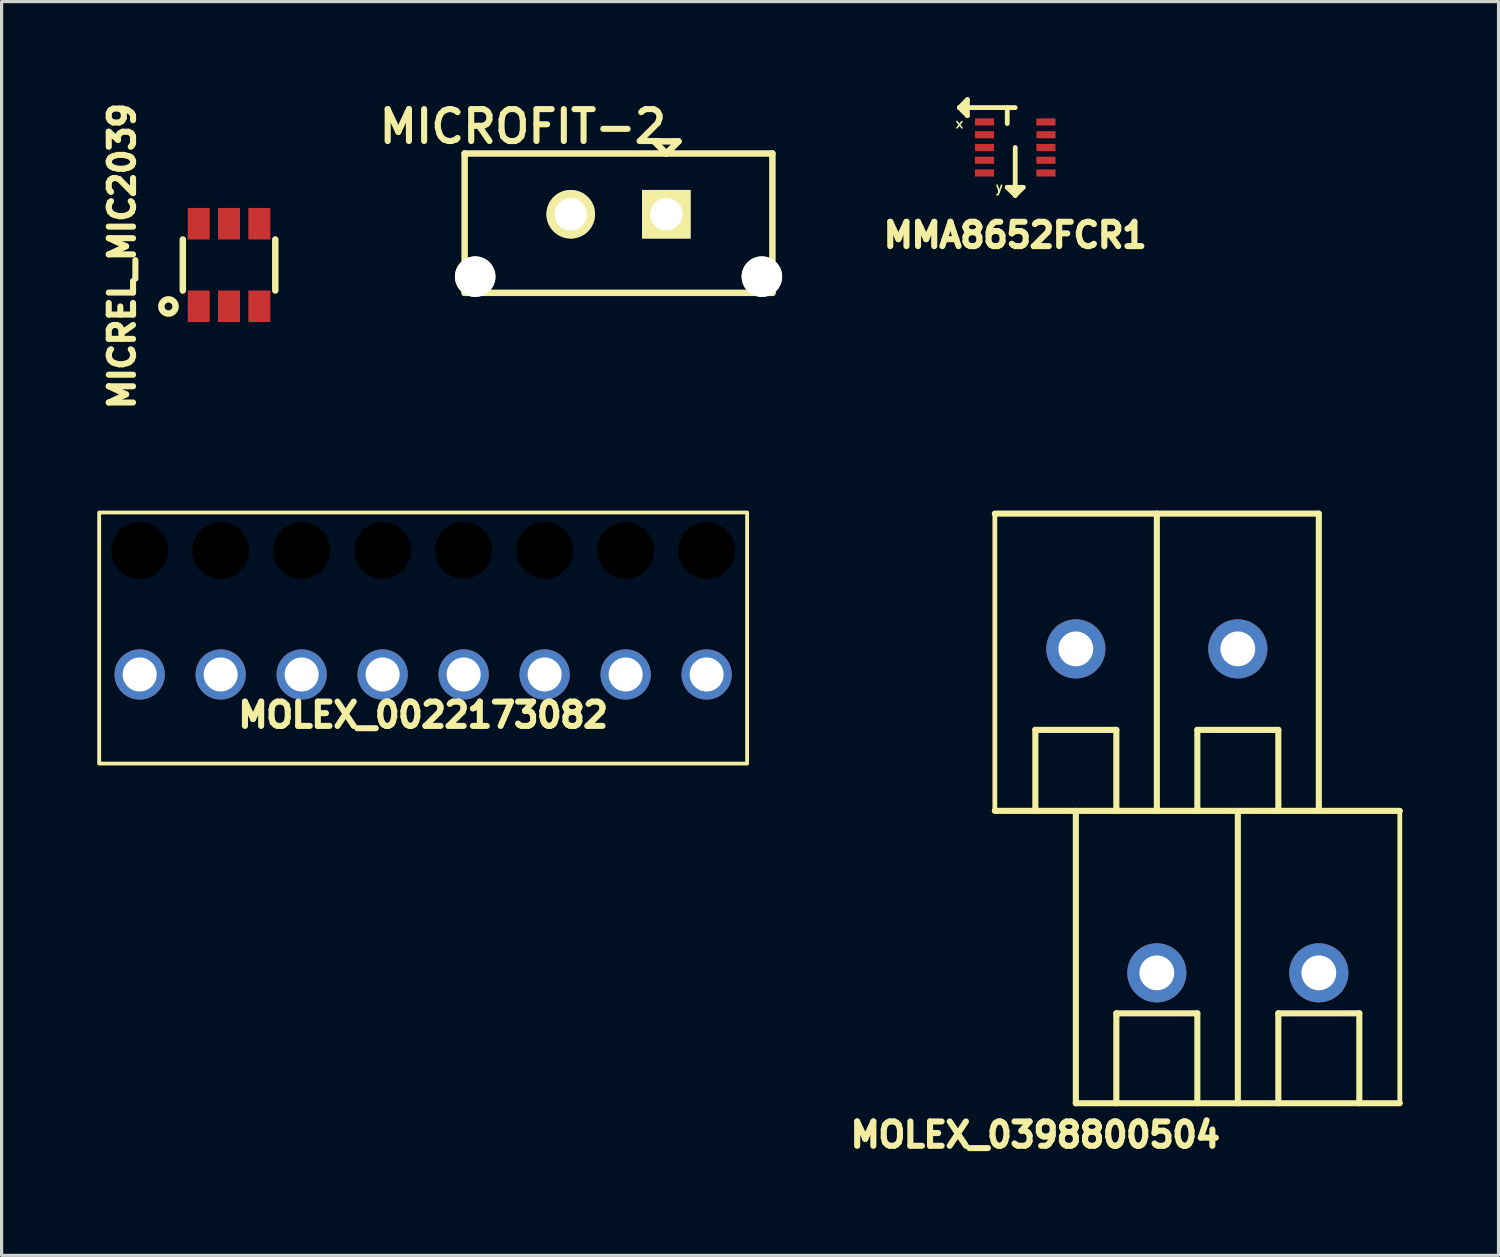
<source format=kicad_pcb>
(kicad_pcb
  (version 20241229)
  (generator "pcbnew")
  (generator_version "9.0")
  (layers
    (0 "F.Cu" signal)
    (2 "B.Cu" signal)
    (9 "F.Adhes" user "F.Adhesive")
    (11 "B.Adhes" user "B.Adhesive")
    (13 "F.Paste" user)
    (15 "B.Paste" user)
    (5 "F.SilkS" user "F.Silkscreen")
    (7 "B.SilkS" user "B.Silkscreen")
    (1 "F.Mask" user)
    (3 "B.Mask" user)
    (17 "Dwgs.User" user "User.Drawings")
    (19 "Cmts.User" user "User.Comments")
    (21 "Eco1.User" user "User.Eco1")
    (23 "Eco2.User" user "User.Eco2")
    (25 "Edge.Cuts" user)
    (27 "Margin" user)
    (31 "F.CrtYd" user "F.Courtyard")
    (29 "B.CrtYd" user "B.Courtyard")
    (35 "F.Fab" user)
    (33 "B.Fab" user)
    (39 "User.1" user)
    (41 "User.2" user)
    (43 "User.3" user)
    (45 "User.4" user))
  (footprint "MMA8652FCR1"
    (layer "F.Cu")
    (at 28.788 1.575)
    (property "Reference" "MMA8652FCR1" (at 0 2.75 0) (layer "F.SilkS") (effects (font (size 0.762 0.762) (thickness 0.191))))
    (attr through_hole)
    (fp_line (start -1.75 -1.25) (end -1.5 -1.5) (stroke (width 0.15) (type solid)) (layer "F.SilkS"))
    (fp_line (start -1.5 -1.5) (end -1.5 -1) (stroke (width 0.15) (type solid)) (layer "F.SilkS"))
    (fp_line (start -1.5 -1) (end -1.75 -1.25) (stroke (width 0.15) (type solid)) (layer "F.SilkS"))
    (fp_line (start -0.25 -1.25) (end -0.25 -0.75) (stroke (width 0.15) (type solid)) (layer "F.SilkS"))
    (fp_line (start -0.25 1.25) (end 0 1.5) (stroke (width 0.15) (type solid)) (layer "F.SilkS"))
    (fp_line (start 0 -1.25) (end -1.75 -1.25) (stroke (width 0.15) (type solid)) (layer "F.SilkS"))
    (fp_line (start 0 0) (end 0 1.5) (stroke (width 0.15) (type solid)) (layer "F.SilkS"))
    (fp_line (start 0 1.5) (end 0.25 1.25) (stroke (width 0.15) (type solid)) (layer "F.SilkS"))
    (fp_line (start 0.25 1.25) (end -0.25 1.25) (stroke (width 0.15) (type solid)) (layer "F.SilkS"))
    (fp_text user "y" (at -0.5 1.25 0) (layer "F.SilkS") (effects (font (size 0.3 0.3) (thickness 0.05))))
    (fp_text user "x" (at -1.75 -0.75 0) (layer "F.SilkS") (effects (font (size 0.3 0.3) (thickness 0.05))))
    (pad "1" smd rect (at -0.963 -0.8) (size 0.6 0.225) (layers "F.Cu" "F.Mask" "F.Paste"))
    (pad "2" smd rect (at -0.963 -0.4) (size 0.6 0.225) (layers "F.Cu" "F.Mask" "F.Paste"))
    (pad "3" smd rect (at -0.963 0) (size 0.6 0.225) (layers "F.Cu" "F.Mask" "F.Paste"))
    (pad "4" smd rect (at -0.963 0.4) (size 0.6 0.225) (layers "F.Cu" "F.Mask" "F.Paste"))
    (pad "5" smd rect (at -0.963 0.8) (size 0.6 0.225) (layers "F.Cu" "F.Mask" "F.Paste"))
    (pad "6" smd rect (at 0.963 0.8) (size 0.6 0.225) (layers "F.Cu" "F.Mask" "F.Paste"))
    (pad "7" smd rect (at 0.963 0.4) (size 0.6 0.225) (layers "F.Cu" "F.Mask" "F.Paste"))
    (pad "8" smd rect (at 0.963 0) (size 0.6 0.225) (layers "F.Cu" "F.Mask" "F.Paste"))
    (pad "9" smd rect (at 0.963 -0.4) (size 0.6 0.225) (layers "F.Cu" "F.Mask" "F.Paste"))
    (pad "10" smd rect (at 0.963 -0.8) (size 0.6 0.225) (layers "F.Cu" "F.Mask" "F.Paste")))
  (footprint "MOLEX_0398800504"
    (layer "F.Cu")
    (at 30.689 22.379)
    (property "Reference" "MOLEX_0398800504" (at -1.27 10.16 0) (layer "F.SilkS") (effects (font (size 0.762 0.762) (thickness 0.191))))
    (attr through_hole)
    (fp_line (start -2.54 -9.322) (end -2.54 0) (stroke (width 0.15) (type solid)) (layer "F.SilkS"))
    (fp_line (start -2.54 -9.322) (end 7.62 -9.322) (stroke (width 0.191) (type solid)) (layer "F.SilkS"))
    (fp_line (start -2.54 0) (end 10.16 0) (stroke (width 0.191) (type solid)) (layer "F.SilkS"))
    (fp_line (start -1.27 -2.54) (end 1.27 -2.54) (stroke (width 0.191) (type solid)) (layer "F.SilkS"))
    (fp_line (start -1.27 0) (end -1.27 -2.54) (stroke (width 0.191) (type solid)) (layer "F.SilkS"))
    (fp_line (start 0 0) (end 0 9.169) (stroke (width 0.191) (type solid)) (layer "F.SilkS"))
    (fp_line (start 0 9.169) (end 10.16 9.169) (stroke (width 0.191) (type solid)) (layer "F.SilkS"))
    (fp_line (start 1.27 -2.54) (end 1.27 0) (stroke (width 0.191) (type solid)) (layer "F.SilkS"))
    (fp_line (start 1.27 6.35) (end 3.81 6.35) (stroke (width 0.191) (type solid)) (layer "F.SilkS"))
    (fp_line (start 1.27 9.169) (end 1.27 6.35) (stroke (width 0.191) (type solid)) (layer "F.SilkS"))
    (fp_line (start 2.54 -9.322) (end 2.54 0) (stroke (width 0.191) (type solid)) (layer "F.SilkS"))
    (fp_line (start 3.81 -2.54) (end 6.35 -2.54) (stroke (width 0.191) (type solid)) (layer "F.SilkS"))
    (fp_line (start 3.81 0) (end 3.81 -2.54) (stroke (width 0.191) (type solid)) (layer "F.SilkS"))
    (fp_line (start 3.81 6.35) (end 3.81 9.169) (stroke (width 0.191) (type solid)) (layer "F.SilkS"))
    (fp_line (start 5.08 0) (end 5.08 9.169) (stroke (width 0.191) (type solid)) (layer "F.SilkS"))
    (fp_line (start 6.35 -2.54) (end 6.35 0) (stroke (width 0.191) (type solid)) (layer "F.SilkS"))
    (fp_line (start 6.35 6.35) (end 8.89 6.35) (stroke (width 0.191) (type solid)) (layer "F.SilkS"))
    (fp_line (start 6.35 9.169) (end 6.35 6.35) (stroke (width 0.191) (type solid)) (layer "F.SilkS"))
    (fp_line (start 7.62 0) (end 7.62 -9.322) (stroke (width 0.191) (type solid)) (layer "F.SilkS"))
    (fp_line (start 8.89 6.35) (end 8.89 9.169) (stroke (width 0.191) (type solid)) (layer "F.SilkS"))
    (fp_line (start 10.16 9.169) (end 10.16 0) (stroke (width 0.15) (type solid)) (layer "F.SilkS"))
    (pad "1" thru_hole circle (at 0 -5.08) (size 1.854 1.854) (drill 1.092) (layers "*.Cu" "*.Mask"))
    (pad "2" thru_hole circle (at 5.08 -5.08) (size 1.854 1.854) (drill 1.092) (layers "*.Cu" "*.Mask"))
    (pad "3" thru_hole circle (at 2.54 5.08) (size 1.854 1.854) (drill 1.092) (layers "*.Cu" "*.Mask"))
    (pad "4" thru_hole circle (at 7.62 5.08) (size 1.854 1.854) (drill 1.092) (layers "*.Cu" "*.Mask")))
  (footprint "MOLEX_0022173082"
    (layer "F.Cu")
    (at 10.22 14.292)
    (property "Reference" "MOLEX_0022173082" (at 0 5.08 0) (layer "F.SilkS") (effects (font (size 0.762 0.762) (thickness 0.191))))
    (attr through_hole)
    (fp_rect (start -10.16 -1.27) (end 10.16 6.604) (stroke (width 0.12) (type solid)) (fill no) (layer "F.SilkS"))
    (pad "" np_thru_hole circle (at -8.89 -0.08) (size 1.78 1.78) (drill 1.78) (layers "*.Mask"))
    (pad "" np_thru_hole circle (at -6.35 -0.08) (size 1.78 1.78) (drill 1.78) (layers "*.Mask"))
    (pad "" np_thru_hole circle (at -3.81 -0.08) (size 1.78 1.78) (drill 1.78) (layers "*.Mask"))
    (pad "" np_thru_hole circle (at -1.27 -0.08) (size 1.78 1.78) (drill 1.78) (layers "*.Mask"))
    (pad "" np_thru_hole circle (at 1.27 -0.08) (size 1.78 1.78) (drill 1.78) (layers "*.Mask"))
    (pad "" np_thru_hole circle (at 3.81 -0.08) (size 1.78 1.78) (drill 1.78) (layers "*.Mask"))
    (pad "" np_thru_hole circle (at 6.35 -0.08) (size 1.78 1.78) (drill 1.78) (layers "*.Mask"))
    (pad "" np_thru_hole circle (at 8.89 -0.08) (size 1.78 1.78) (drill 1.78) (layers "*.Mask"))
    (pad "1" thru_hole circle (at -8.89 3.81) (size 1.575 1.575) (drill 1.067) (layers "*.Cu" "*.Mask"))
    (pad "2" thru_hole circle (at -6.35 3.81) (size 1.575 1.575) (drill 1.067) (layers "*.Cu" "*.Mask"))
    (pad "3" thru_hole circle (at -3.81 3.81) (size 1.575 1.575) (drill 1.067) (layers "*.Cu" "*.Mask"))
    (pad "4" thru_hole circle (at -1.27 3.81) (size 1.575 1.575) (drill 1.067) (layers "*.Cu" "*.Mask"))
    (pad "5" thru_hole circle (at 1.27 3.81) (size 1.575 1.575) (drill 1.067) (layers "*.Cu" "*.Mask"))
    (pad "6" thru_hole circle (at 3.81 3.81) (size 1.575 1.575) (drill 1.067) (layers "*.Cu" "*.Mask"))
    (pad "7" thru_hole circle (at 6.35 3.81) (size 1.575 1.575) (drill 1.067) (layers "*.Cu" "*.Mask"))
    (pad "8" thru_hole circle (at 8.89 3.81) (size 1.575 1.575) (drill 1.067) (layers "*.Cu" "*.Mask")))
  (footprint "MICREL_MIC2039"
    (layer "F.Cu")
    (at 4.133 5.261)
    (property "Reference" "MICREL_MIC2039" (at -3.353 -0.279 90) (layer "F.SilkS") (effects (font (size 0.762 0.762) (thickness 0.191))))
    (attr through_hole)
    (fp_line (start -1.45 -0.8) (end -1.45 0.8) (stroke (width 0.203) (type solid)) (layer "F.SilkS"))
    (fp_line (start 1.45 -0.8) (end 1.45 0.8) (stroke (width 0.203) (type solid)) (layer "F.SilkS"))
    (fp_circle (center -1.9 1.3) (end -1.7 1.4) (stroke (width 0.203) (type solid)) (fill no) (layer "F.SilkS"))
    (pad "1" smd rect (at -0.95 1.295) (size 0.69 0.99) (layers "F.Cu" "F.Mask" "F.Paste"))
    (pad "2" smd rect (at 0 1.295) (size 0.69 0.99) (layers "F.Cu" "F.Mask" "F.Paste"))
    (pad "3" smd rect (at 0.95 1.295) (size 0.69 0.99) (layers "F.Cu" "F.Mask" "F.Paste"))
    (pad "4" smd rect (at 0.95 -1.295) (size 0.69 0.99) (layers "F.Cu" "F.Mask" "F.Paste"))
    (pad "5" smd rect (at 0 -1.295) (size 0.69 0.99) (layers "F.Cu" "F.Mask" "F.Paste"))
    (pad "6" smd rect (at -0.95 -1.295) (size 0.69 0.99) (layers "F.Cu" "F.Mask" "F.Paste")))
  (footprint "MICROFIT-2"
    (layer "F.Cu")
    (at 17.846 3.669)
    (property "Reference" "MICROFIT-2" (at -4.5 -2.75 0) (layer "F.SilkS") (effects (font (size 1 1) (thickness 0.191))))
    (attr through_hole)
    (fp_line (start -6.325 -1.905) (end -6.325 2.464) (stroke (width 0.203) (type solid)) (layer "F.SilkS"))
    (fp_line (start -0.381 -2.286) (end 0.254 -2.286) (stroke (width 0.203) (type solid)) (layer "F.SilkS"))
    (fp_line (start 0 -1.905) (end -0.381 -2.286) (stroke (width 0.203) (type solid)) (layer "F.SilkS"))
    (fp_line (start 0.254 -2.286) (end 0.381 -2.286) (stroke (width 0.203) (type solid)) (layer "F.SilkS"))
    (fp_line (start 0.381 -2.286) (end 0 -1.905) (stroke (width 0.203) (type solid)) (layer "F.SilkS"))
    (fp_line (start 3.327 -1.905) (end -6.325 -1.905) (stroke (width 0.203) (type solid)) (layer "F.SilkS"))
    (fp_line (start 3.327 2.464) (end -6.325 2.464) (stroke (width 0.203) (type solid)) (layer "F.SilkS"))
    (fp_line (start 3.327 2.464) (end 3.327 -1.905) (stroke (width 0.203) (type solid)) (layer "F.SilkS"))
    (pad "" np_thru_hole circle (at -5.994 1.956) (size 1.27 1.27) (drill 1.27) (layers "*.Cu" "*.Mask" "F.SilkS"))
    (pad "" np_thru_hole circle (at 2.997 1.956) (size 1.27 1.27) (drill 1.27) (layers "*.Cu" "*.Mask" "F.SilkS"))
    (pad "1" thru_hole rect (at 0 0) (size 1.524 1.524) (drill 1.016) (layers "*.Cu" "*.Mask" "F.SilkS"))
    (pad "2" thru_hole circle (at -2.997 0) (size 1.524 1.524) (drill 1.016) (layers "*.Cu" "*.Mask" "F.SilkS")))
  (gr_rect
    (start -3 -3)
    (end 43.944 36.319)
    (stroke (width 0.1) (type default))
    (fill no)
    (layer "Edge.Cuts")))
</source>
